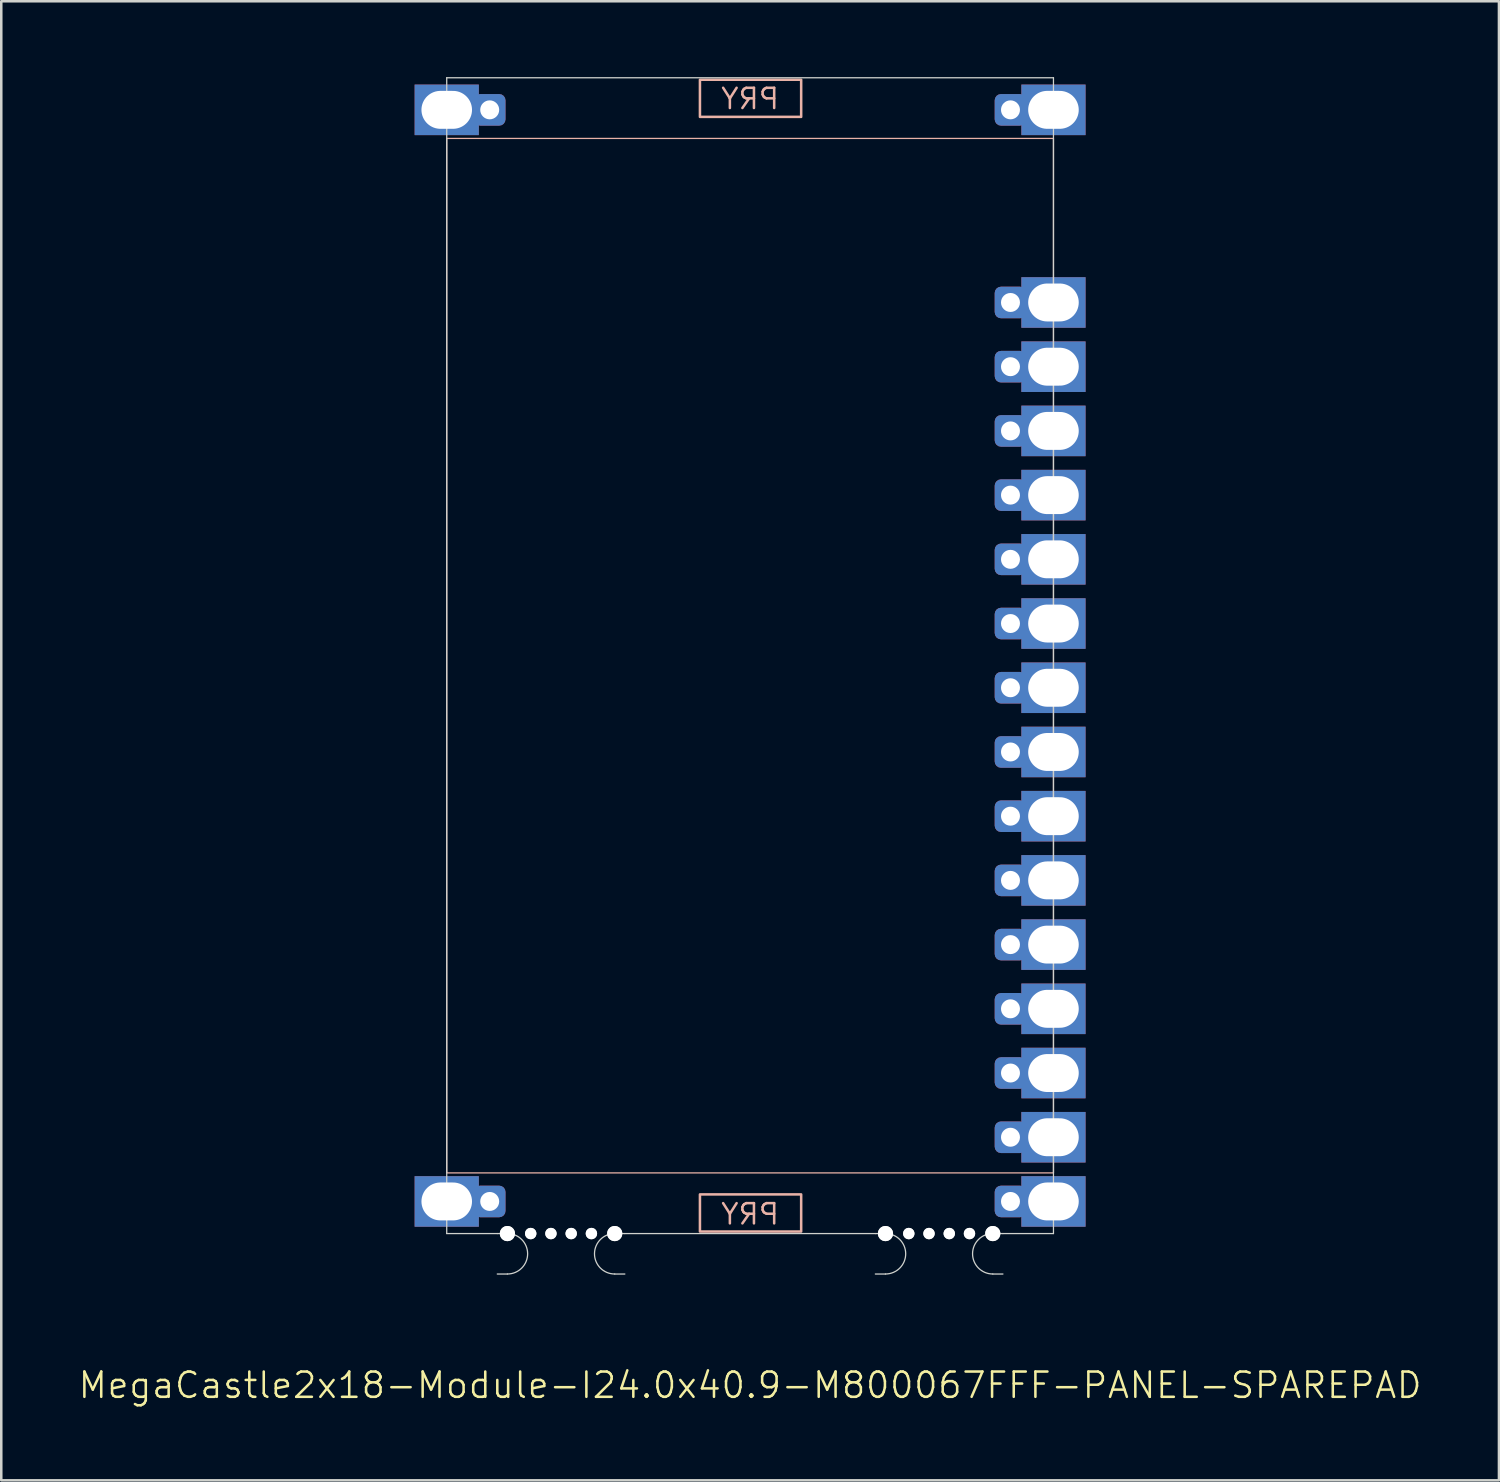
<source format=kicad_pcb>
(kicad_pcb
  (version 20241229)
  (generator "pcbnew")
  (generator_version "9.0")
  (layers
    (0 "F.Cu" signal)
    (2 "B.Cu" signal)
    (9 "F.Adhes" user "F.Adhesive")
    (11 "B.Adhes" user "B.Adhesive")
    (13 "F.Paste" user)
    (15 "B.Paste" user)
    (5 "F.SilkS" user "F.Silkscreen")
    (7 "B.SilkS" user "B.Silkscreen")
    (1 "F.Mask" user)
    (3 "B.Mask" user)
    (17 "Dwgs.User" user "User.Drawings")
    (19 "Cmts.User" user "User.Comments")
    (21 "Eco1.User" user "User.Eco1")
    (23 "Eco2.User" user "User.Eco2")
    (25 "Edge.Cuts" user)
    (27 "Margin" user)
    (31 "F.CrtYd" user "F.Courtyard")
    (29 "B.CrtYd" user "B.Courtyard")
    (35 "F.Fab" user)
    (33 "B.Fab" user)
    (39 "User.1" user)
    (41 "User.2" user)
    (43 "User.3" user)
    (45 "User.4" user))
  (footprint "MegaCastle2x18-Module-I24.0x40.9-M800067FFF-PANEL-SPAREPAD"
    (layer "F.Cu")
    (at 26.621 22.885)
    (property "Reference" "MegaCastle2x18-Module-I24.0x40.9-M800067FFF-PANEL-SPAREPAD" (at 0 28.86 0) (unlocked yes) (layer "F.SilkS") (effects (font (size 1 1) (thickness 0.1))))
    (attr smd)
    (fp_rect (start -12 20.46) (end 12 -20.46) (stroke (width 0.05) (type default)) (fill no) (layer "B.SilkS"))
    (fp_rect (start -1.984 -21.311) (end 2.02 -22.78) (stroke (width 0.1) (type default)) (fill no) (layer "B.SilkS"))
    (fp_rect (start -1.984 21.311) (end 2.02 22.78) (stroke (width 0.1) (type default)) (fill no) (layer "B.SilkS"))
    (fp_line (start -12 -22.86) (end -12 22.86) (stroke (width 0.05) (type default)) (layer "Edge.Cuts"))
    (fp_line (start -12 -22.86) (end 12 -22.86) (stroke (width 0.05) (type default)) (layer "Edge.Cuts"))
    (fp_line (start -12 22.86) (end -10 22.86) (stroke (width 0.05) (type default)) (layer "Edge.Cuts"))
    (fp_line (start -10 22.86) (end -9.6 22.86) (stroke (width 0.05) (type default)) (layer "Edge.Cuts"))
    (fp_line (start -10 24.46) (end -9.6 24.46) (stroke (width 0.05) (type default)) (layer "Edge.Cuts"))
    (fp_line (start -4.955 22.86) (end -5.355 22.86) (stroke (width 0.05) (type default)) (layer "Edge.Cuts"))
    (fp_line (start -4.955 22.86) (end 4.955 22.86) (stroke (width 0.05) (type default)) (layer "Edge.Cuts"))
    (fp_line (start -4.955 24.46) (end -5.355 24.46) (stroke (width 0.05) (type default)) (layer "Edge.Cuts"))
    (fp_line (start 4.955 22.86) (end 5.355 22.86) (stroke (width 0.05) (type default)) (layer "Edge.Cuts"))
    (fp_line (start 4.955 24.46) (end 5.355 24.46) (stroke (width 0.05) (type default)) (layer "Edge.Cuts"))
    (fp_line (start 10 22.86) (end 9.6 22.86) (stroke (width 0.05) (type default)) (layer "Edge.Cuts"))
    (fp_line (start 10 22.86) (end 12 22.86) (stroke (width 0.05) (type default)) (layer "Edge.Cuts"))
    (fp_line (start 10 24.46) (end 9.6 24.46) (stroke (width 0.05) (type default)) (layer "Edge.Cuts"))
    (fp_line (start 12 -22.86) (end 12 22.86) (stroke (width 0.05) (type default)) (layer "Edge.Cuts"))
    (fp_arc (start -9.6 22.860001) (mid -8.8 23.66) (end -9.6 24.459999) (stroke (width 0.05) (type default)) (layer "Edge.Cuts"))
    (fp_arc (start -5.355 24.459999) (mid -6.155 23.66) (end -5.355 22.860001) (stroke (width 0.05) (type default)) (layer "Edge.Cuts"))
    (fp_arc (start 5.355 22.860001) (mid 6.155 23.66) (end 5.355 24.459999) (stroke (width 0.05) (type default)) (layer "Edge.Cuts"))
    (fp_arc (start 9.6 24.459999) (mid 8.800001 23.66) (end 9.6 22.860001) (stroke (width 0.05) (type default)) (layer "Edge.Cuts"))
    (fp_text user "PRY" (at 0 22.56 0) (unlocked yes) (layer "B.SilkS") (effects (font (size 0.8 0.8) (thickness 0.1)) (justify bottom mirror)))
    (fp_text user "PRY" (at 0 -21.56 0) (unlocked yes) (layer "B.SilkS") (effects (font (size 0.8 0.8) (thickness 0.1)) (justify bottom mirror)))
    (pad "" np_thru_hole circle (at -9.6 22.86) (size 0.6 0.6) (drill 0.6) (layers "*.Cu" "Edge.Cuts"))
    (pad "" np_thru_hole circle (at -8.678 22.86) (size 0.45 0.45) (drill 0.45) (layers "*.Cu" "Edge.Cuts"))
    (pad "" np_thru_hole circle (at -7.878 22.86) (size 0.45 0.45) (drill 0.45) (layers "*.Cu" "Edge.Cuts"))
    (pad "" np_thru_hole circle (at -7.077 22.86) (size 0.45 0.45) (drill 0.45) (layers "*.Cu" "Edge.Cuts"))
    (pad "" np_thru_hole circle (at -6.277 22.86) (size 0.45 0.45) (drill 0.45) (layers "*.Cu" "Edge.Cuts"))
    (pad "" np_thru_hole circle (at -5.355 22.86) (size 0.6 0.6) (drill 0.6) (layers "*.Cu" "Edge.Cuts"))
    (pad "" np_thru_hole circle (at 5.355 22.86) (size 0.6 0.6) (drill 0.6) (layers "*.Cu" "Edge.Cuts"))
    (pad "" np_thru_hole circle (at 6.277 22.86) (size 0.45 0.45) (drill 0.45) (layers "*.Cu" "Edge.Cuts"))
    (pad "" np_thru_hole circle (at 7.077 22.86) (size 0.45 0.45) (drill 0.45) (layers "*.Cu" "Edge.Cuts"))
    (pad "" np_thru_hole circle (at 7.878 22.86) (size 0.45 0.45) (drill 0.45) (layers "*.Cu" "Edge.Cuts"))
    (pad "" np_thru_hole circle (at 8.678 22.86) (size 0.45 0.45) (drill 0.45) (layers "*.Cu" "Edge.Cuts"))
    (pad "" np_thru_hole circle (at 9.6 22.86) (size 0.6 0.6) (drill 0.6) (layers "*.Cu" "Edge.Cuts"))
    (pad "1" thru_hole rect (at -12 -21.59) (size 2.54 2) (drill oval 2 1.5) (property pad_prop_castellated) (layers "*.Cu" "*.Mask"))
    (pad "1" thru_hole roundrect (at -10.3 -21.59 180) (size 1.25 1.25) (drill 0.75) (layers "*.Cu" "*.Mask") (roundrect_rratio 0.2))
    (pad "18" thru_hole rect (at -12 21.59) (size 2.54 2) (drill oval 2 1.5) (property pad_prop_castellated) (layers "*.Cu" "*.Mask"))
    (pad "18" thru_hole roundrect (at -10.3 21.59 180) (size 1.25 1.25) (drill 0.75) (layers "*.Cu" "*.Mask") (roundrect_rratio 0.2))
    (pad "19" thru_hole roundrect (at 10.3 -21.59 180) (size 1.25 1.25) (drill 0.75) (layers "*.Cu" "*.Mask") (roundrect_rratio 0.2))
    (pad "19" thru_hole rect (at 12 -21.59) (size 2.54 2) (drill oval 2 1.5) (property pad_prop_castellated) (layers "*.Cu" "*.Mask"))
    (pad "22" thru_hole roundrect (at 10.3 -13.97 180) (size 1.25 1.25) (drill 0.75) (layers "*.Cu" "*.Mask") (roundrect_rratio 0.2))
    (pad "22" thru_hole rect (at 12 -13.97) (size 2.54 2) (drill oval 2 1.5) (property pad_prop_castellated) (layers "*.Cu" "*.Mask"))
    (pad "23" thru_hole roundrect (at 10.3 -11.43 180) (size 1.25 1.25) (drill 0.75) (layers "*.Cu" "*.Mask") (roundrect_rratio 0.2))
    (pad "23" thru_hole rect (at 12 -11.43) (size 2.54 2) (drill oval 2 1.5) (property pad_prop_castellated) (layers "*.Cu" "*.Mask"))
    (pad "24" thru_hole roundrect (at 10.3 -8.89 180) (size 1.25 1.25) (drill 0.75) (layers "*.Cu" "*.Mask") (roundrect_rratio 0.2))
    (pad "24" thru_hole rect (at 12 -8.89) (size 2.54 2) (drill oval 2 1.5) (property pad_prop_castellated) (layers "*.Cu" "*.Mask"))
    (pad "25" thru_hole roundrect (at 10.3 -6.35 180) (size 1.25 1.25) (drill 0.75) (layers "*.Cu" "*.Mask") (roundrect_rratio 0.2))
    (pad "25" thru_hole rect (at 12 -6.35) (size 2.54 2) (drill oval 2 1.5) (property pad_prop_castellated) (layers "*.Cu" "*.Mask"))
    (pad "26" thru_hole roundrect (at 10.3 -3.81 180) (size 1.25 1.25) (drill 0.75) (layers "*.Cu" "*.Mask") (roundrect_rratio 0.2))
    (pad "26" thru_hole rect (at 12 -3.81) (size 2.54 2) (drill oval 2 1.5) (property pad_prop_castellated) (layers "*.Cu" "*.Mask"))
    (pad "27" thru_hole roundrect (at 10.3 -1.27 180) (size 1.25 1.25) (drill 0.75) (layers "*.Cu" "*.Mask") (roundrect_rratio 0.2))
    (pad "27" thru_hole rect (at 12 -1.27) (size 2.54 2) (drill oval 2 1.5) (property pad_prop_castellated) (layers "*.Cu" "*.Mask"))
    (pad "28" thru_hole roundrect (at 10.3 1.27 180) (size 1.25 1.25) (drill 0.75) (layers "*.Cu" "*.Mask") (roundrect_rratio 0.2))
    (pad "28" thru_hole rect (at 12 1.27) (size 2.54 2) (drill oval 2 1.5) (property pad_prop_castellated) (layers "*.Cu" "*.Mask"))
    (pad "29" thru_hole roundrect (at 10.3 3.81 180) (size 1.25 1.25) (drill 0.75) (layers "*.Cu" "*.Mask") (roundrect_rratio 0.2))
    (pad "29" thru_hole rect (at 12 3.81) (size 2.54 2) (drill oval 2 1.5) (property pad_prop_castellated) (layers "*.Cu" "*.Mask"))
    (pad "30" thru_hole roundrect (at 10.3 6.35 180) (size 1.25 1.25) (drill 0.75) (layers "*.Cu" "*.Mask") (roundrect_rratio 0.2))
    (pad "30" thru_hole rect (at 12 6.35) (size 2.54 2) (drill oval 2 1.5) (property pad_prop_castellated) (layers "*.Cu" "*.Mask"))
    (pad "31" thru_hole roundrect (at 10.3 8.89 180) (size 1.25 1.25) (drill 0.75) (layers "*.Cu" "*.Mask") (roundrect_rratio 0.2))
    (pad "31" thru_hole rect (at 12 8.89) (size 2.54 2) (drill oval 2 1.5) (property pad_prop_castellated) (layers "*.Cu" "*.Mask"))
    (pad "32" thru_hole roundrect (at 10.3 11.43 180) (size 1.25 1.25) (drill 0.75) (layers "*.Cu" "*.Mask") (roundrect_rratio 0.2))
    (pad "32" thru_hole rect (at 12 11.43) (size 2.54 2) (drill oval 2 1.5) (property pad_prop_castellated) (layers "*.Cu" "*.Mask"))
    (pad "33" thru_hole roundrect (at 10.3 13.97 180) (size 1.25 1.25) (drill 0.75) (layers "*.Cu" "*.Mask") (roundrect_rratio 0.2))
    (pad "33" thru_hole rect (at 12 13.97) (size 2.54 2) (drill oval 2 1.5) (property pad_prop_castellated) (layers "*.Cu" "*.Mask"))
    (pad "34" thru_hole roundrect (at 10.3 16.51 180) (size 1.25 1.25) (drill 0.75) (layers "*.Cu" "*.Mask") (roundrect_rratio 0.2))
    (pad "34" thru_hole rect (at 12 16.51) (size 2.54 2) (drill oval 2 1.5) (property pad_prop_castellated) (layers "*.Cu" "*.Mask"))
    (pad "35" thru_hole roundrect (at 10.3 19.05 180) (size 1.25 1.25) (drill 0.75) (layers "*.Cu" "*.Mask") (roundrect_rratio 0.2))
    (pad "35" thru_hole rect (at 12 19.05) (size 2.54 2) (drill oval 2 1.5) (property pad_prop_castellated) (layers "*.Cu" "*.Mask"))
    (pad "36" thru_hole roundrect (at 10.3 21.59 180) (size 1.25 1.25) (drill 0.75) (layers "*.Cu" "*.Mask") (roundrect_rratio 0.2))
    (pad "36" thru_hole rect (at 12 21.59) (size 2.54 2) (drill oval 2 1.5) (property pad_prop_castellated) (layers "*.Cu" "*.Mask"))
    (zone (net_name "") (layer "B.Cu") (hatch edge 0.5) (connect_pads) (min_thickness 0.25) (filled_areas_thickness no) (keepout (tracks allowed) (vias allowed) (pads allowed) (copperpour allowed) (footprints not_allowed)) (placement (enabled no)) (fill) (polygon (pts (xy 14.621 45.745) (xy 14.621 0.025))))
    (zone (net_name "") (layer "B.Cu") (hatch edge 0.5) (connect_pads) (min_thickness 0.25) (filled_areas_thickness no) (keepout (tracks allowed) (vias allowed) (pads allowed) (copperpour allowed) (footprints not_allowed)) (placement (enabled no)) (fill) (polygon (pts (xy 38.621 45.745) (xy 38.621 0.025))))
    (zone (net_name "") (layer "B.Cu") (hatch edge 0.5) (connect_pads) (min_thickness 0.25) (filled_areas_thickness no) (keepout (tracks allowed) (vias allowed) (pads allowed) (copperpour allowed) (footprints not_allowed)) (placement (enabled no)) (fill) (polygon (pts (xy 14.621 0.025) (xy 14.621 2.425) (xy 38.621 2.425) (xy 38.621 0.025))))
    (zone (net_name "") (layer "B.Cu") (hatch edge 0.5) (connect_pads) (min_thickness 0.25) (filled_areas_thickness no) (keepout (tracks allowed) (vias allowed) (pads allowed) (copperpour allowed) (footprints not_allowed)) (placement (enabled no)) (fill) (polygon (pts (xy 14.621 45.745) (xy 14.621 43.345) (xy 38.621 43.345) (xy 38.621 45.745))))
    (zone (net_name "") (layer "B.Cu") (name "Upper Pry Zone") (hatch edge 0.5) (connect_pads) (min_thickness 0.25) (filled_areas_thickness no) (keepout (tracks not_allowed) (vias not_allowed) (pads not_allowed) (copperpour allowed) (footprints not_allowed)) (placement (enabled no)) (fill) (polygon (pts (xy 24.637 1.574) (xy 24.637 0.105) (xy 28.641 0.105) (xy 28.641 1.574))))
    (zone (net_name "") (layer "B.Cu") (name "Upper Pry Zone") (hatch edge 0.5) (connect_pads) (min_thickness 0.25) (filled_areas_thickness no) (keepout (tracks not_allowed) (vias not_allowed) (pads not_allowed) (copperpour allowed) (footprints not_allowed)) (placement (enabled no)) (fill) (polygon (pts (xy 24.637 44.196) (xy 24.637 45.665) (xy 28.641 45.665) (xy 28.641 44.196)))))
  (gr_rect
    (start -3 -3)
    (end 56.243 55.506)
    (stroke (width 0.1) (type default))
    (fill no)
    (layer "Edge.Cuts")))
</source>
